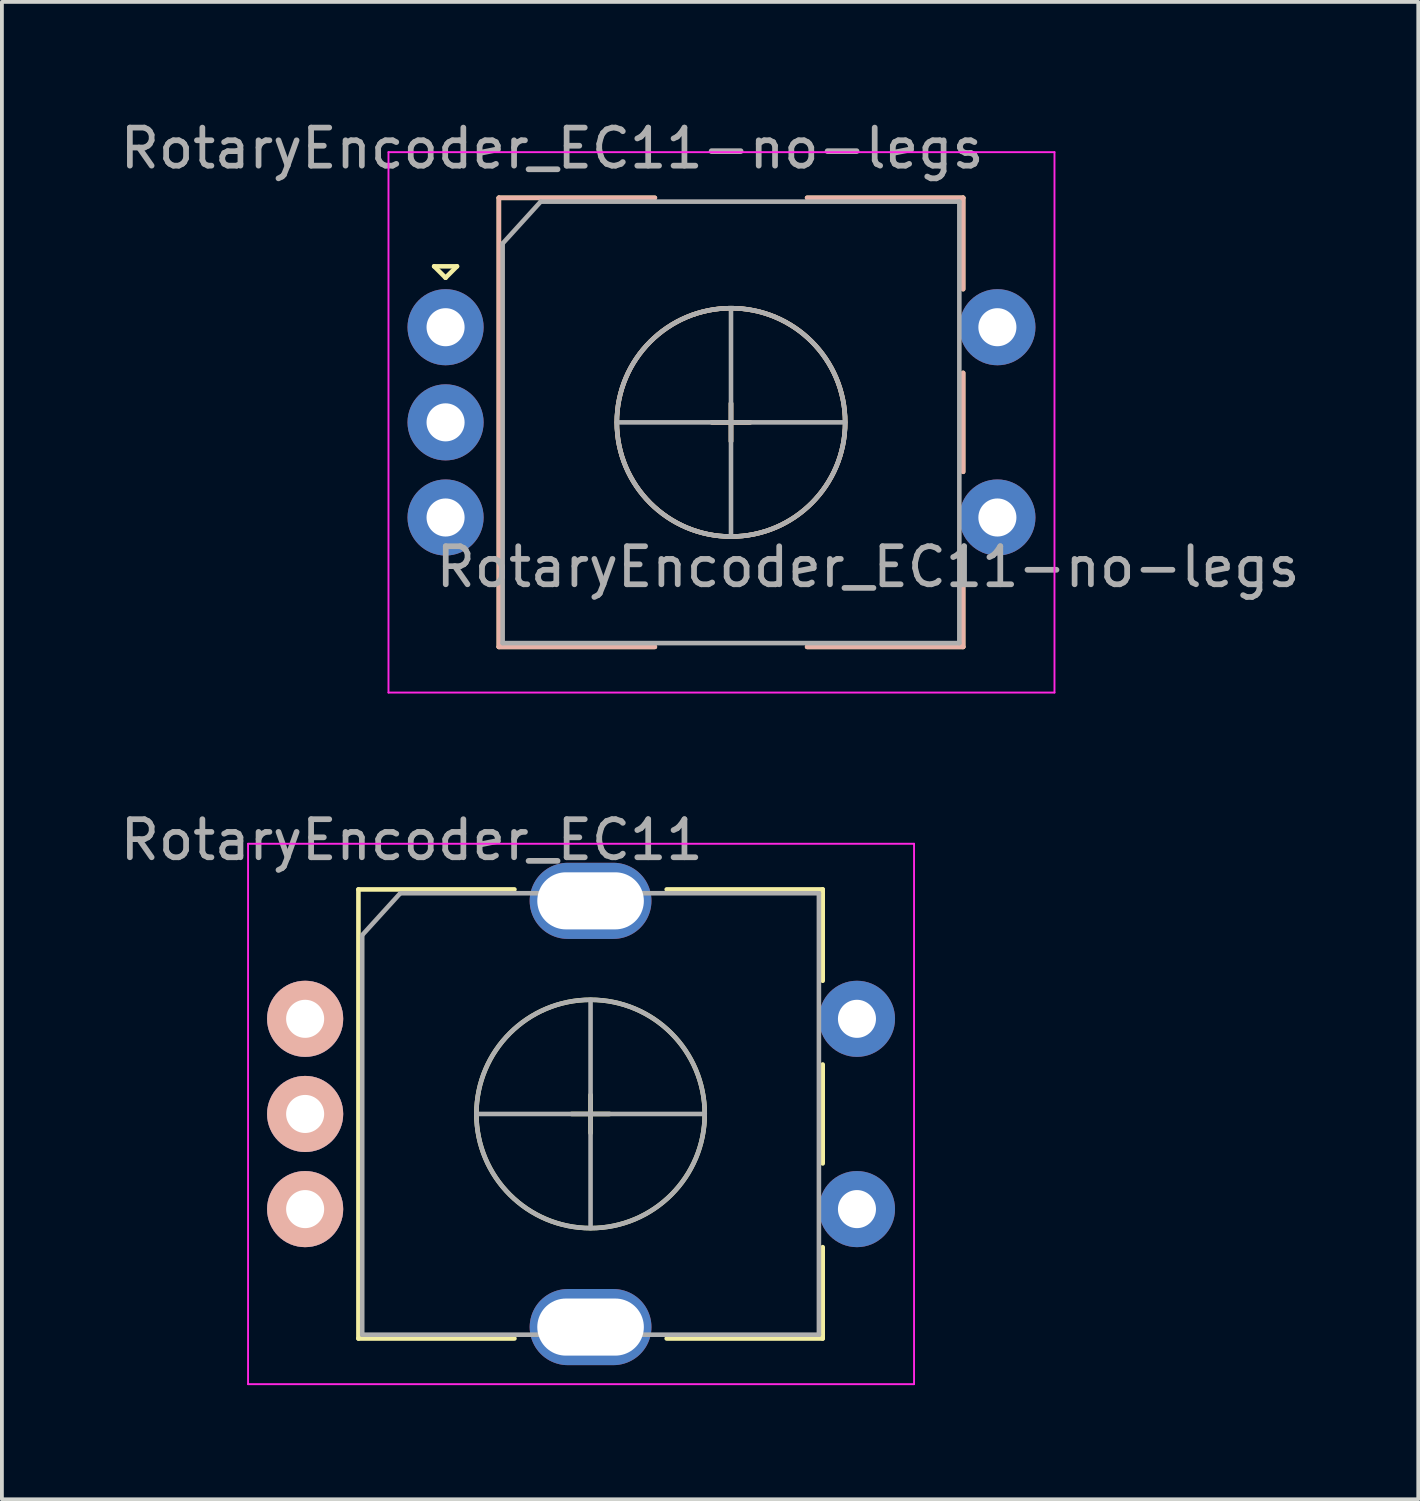
<source format=kicad_pcb>
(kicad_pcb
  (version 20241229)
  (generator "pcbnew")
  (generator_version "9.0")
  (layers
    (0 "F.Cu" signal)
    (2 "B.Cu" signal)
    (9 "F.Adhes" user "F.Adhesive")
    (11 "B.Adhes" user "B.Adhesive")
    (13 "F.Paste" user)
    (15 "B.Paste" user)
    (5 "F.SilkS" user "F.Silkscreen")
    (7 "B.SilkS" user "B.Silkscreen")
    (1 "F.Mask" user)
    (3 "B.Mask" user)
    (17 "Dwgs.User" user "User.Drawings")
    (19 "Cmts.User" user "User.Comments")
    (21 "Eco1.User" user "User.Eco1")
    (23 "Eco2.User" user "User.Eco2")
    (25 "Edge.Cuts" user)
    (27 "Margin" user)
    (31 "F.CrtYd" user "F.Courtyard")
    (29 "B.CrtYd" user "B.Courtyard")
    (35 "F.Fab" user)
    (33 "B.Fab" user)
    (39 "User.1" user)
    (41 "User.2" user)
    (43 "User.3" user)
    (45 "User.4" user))
  (footprint "RotaryEncoder_EC11"
    (layer "F.Cu")
    (at 12.468 26.221)
    (property "Reference" "RotaryEncoder_EC11" (at -4.7 -7.2 0) (layer "F.Fab") (effects (font (size 1 1) (thickness 0.15))))
    (attr through_hole)
    (fp_line (start -6.1 -5.9) (end -6.1 5.9) (stroke (width 0.12) (type solid)) (layer "F.SilkS"))
    (fp_line (start -2 -5.9) (end -6.1 -5.9) (stroke (width 0.12) (type solid)) (layer "F.SilkS"))
    (fp_line (start -2 5.9) (end -6.1 5.9) (stroke (width 0.12) (type solid)) (layer "F.SilkS"))
    (fp_line (start -0.5 0) (end 0.5 0) (stroke (width 0.12) (type solid)) (layer "F.SilkS"))
    (fp_line (start 0 -0.5) (end 0 0.5) (stroke (width 0.12) (type solid)) (layer "F.SilkS"))
    (fp_line (start 2 -5.9) (end 6.1 -5.9) (stroke (width 0.12) (type solid)) (layer "F.SilkS"))
    (fp_line (start 6.1 -5.9) (end 6.1 -3.5) (stroke (width 0.12) (type solid)) (layer "F.SilkS"))
    (fp_line (start 6.1 -1.3) (end 6.1 1.3) (stroke (width 0.12) (type solid)) (layer "F.SilkS"))
    (fp_line (start 6.1 3.5) (end 6.1 5.9) (stroke (width 0.12) (type solid)) (layer "F.SilkS"))
    (fp_line (start 6.1 5.9) (end 2 5.9) (stroke (width 0.12) (type solid)) (layer "F.SilkS"))
    (fp_circle (center 0 0) (end 3 0) (stroke (width 0.12) (type solid)) (fill no) (layer "F.SilkS"))
    (fp_line (start -9 -7.1) (end -9 7.1) (stroke (width 0.05) (type solid)) (layer "F.CrtYd"))
    (fp_line (start -9 -7.1) (end 8.5 -7.1) (stroke (width 0.05) (type solid)) (layer "F.CrtYd"))
    (fp_line (start 8.5 7.1) (end -9 7.1) (stroke (width 0.05) (type solid)) (layer "F.CrtYd"))
    (fp_line (start 8.5 7.1) (end 8.5 -7.1) (stroke (width 0.05) (type solid)) (layer "F.CrtYd"))
    (fp_line (start -6 -4.7) (end -5 -5.8) (stroke (width 0.12) (type solid)) (layer "F.Fab"))
    (fp_line (start -6 5.8) (end -6 -4.7) (stroke (width 0.12) (type solid)) (layer "F.Fab"))
    (fp_line (start -5 -5.8) (end 6 -5.8) (stroke (width 0.12) (type solid)) (layer "F.Fab"))
    (fp_line (start -3 0) (end 3 0) (stroke (width 0.12) (type solid)) (layer "F.Fab"))
    (fp_line (start 0 -3) (end 0 3) (stroke (width 0.12) (type solid)) (layer "F.Fab"))
    (fp_line (start 6 -5.8) (end 6 5.8) (stroke (width 0.12) (type solid)) (layer "F.Fab"))
    (fp_line (start 6 5.8) (end -6 5.8) (stroke (width 0.12) (type solid)) (layer "F.Fab"))
    (fp_circle (center 0 0) (end 3 0) (stroke (width 0.12) (type solid)) (fill no) (layer "F.Fab"))
    (pad "" np_thru_hole oval (at 0 -5.6) (size 3.2 2) (drill oval 2.8 1.5) (layers "*.Cu" "B.Mask"))
    (pad "" np_thru_hole oval (at 0 5.6) (size 3.2 2) (drill oval 2.8 1.5) (layers "*.Cu" "B.Mask"))
    (pad "A" thru_hole circle (at -7.5 -2.5) (size 2 2) (drill 1) (layers "*.Cu" "B.Mask" "B.SilkS"))
    (pad "B" thru_hole circle (at -7.5 2.5) (size 2 2) (drill 1) (layers "*.Cu" "B.Mask" "B.SilkS"))
    (pad "C" thru_hole circle (at -7.5 0) (size 2 2) (drill 1) (layers "*.Cu" "B.Mask" "B.SilkS"))
    (pad "S1" thru_hole circle (at 7 2.5) (size 2 2) (drill 1) (layers "*.Cu" "B.Mask"))
    (pad "S2" thru_hole circle (at 7 -2.5) (size 2 2) (drill 1) (layers "*.Cu" "B.Mask")))
  (footprint "RotaryEncoder_EC11-no-legs"
    (layer "F.Cu")
    (at 16.158 8.048)
    (property "Reference" "RotaryEncoder_EC11-no-legs" (at -4.7 -7.2 0) (layer "F.Fab") (effects (font (size 1 1) (thickness 0.15))))
    (attr through_hole)
    (fp_line (start -7.8 -4.1) (end -7.2 -4.1) (stroke (width 0.12) (type solid)) (layer "F.SilkS"))
    (fp_line (start -7.5 -3.8) (end -7.8 -4.1) (stroke (width 0.12) (type solid)) (layer "F.SilkS"))
    (fp_line (start -7.2 -4.1) (end -7.5 -3.8) (stroke (width 0.12) (type solid)) (layer "F.SilkS"))
    (fp_line (start -6.1 -5.9) (end -6.1 5.9) (stroke (width 0.12) (type solid)) (layer "F.SilkS"))
    (fp_line (start -2 -5.9) (end -6.1 -5.9) (stroke (width 0.12) (type solid)) (layer "F.SilkS"))
    (fp_line (start -2 5.9) (end -6.1 5.9) (stroke (width 0.12) (type solid)) (layer "F.SilkS"))
    (fp_line (start -0.5 0) (end 0.5 0) (stroke (width 0.12) (type solid)) (layer "F.SilkS"))
    (fp_line (start 0 -0.5) (end 0 0.5) (stroke (width 0.12) (type solid)) (layer "F.SilkS"))
    (fp_line (start 2 -5.9) (end 6.1 -5.9) (stroke (width 0.12) (type solid)) (layer "F.SilkS"))
    (fp_line (start 6.1 -5.9) (end 6.1 -3.5) (stroke (width 0.12) (type solid)) (layer "F.SilkS"))
    (fp_line (start 6.1 -1.3) (end 6.1 1.3) (stroke (width 0.12) (type solid)) (layer "F.SilkS"))
    (fp_line (start 6.1 3.5) (end 6.1 5.9) (stroke (width 0.12) (type solid)) (layer "F.SilkS"))
    (fp_line (start 6.1 5.9) (end 2 5.9) (stroke (width 0.12) (type solid)) (layer "F.SilkS"))
    (fp_circle (center 0 0) (end 3 0) (stroke (width 0.12) (type solid)) (fill no) (layer "F.SilkS"))
    (fp_line (start -6.1 -5.9) (end -6.1 5.9) (stroke (width 0.12) (type solid)) (layer "B.SilkS"))
    (fp_line (start -6.1 5.9) (end -2 5.9) (stroke (width 0.12) (type solid)) (layer "B.SilkS"))
    (fp_line (start -2 -5.9) (end -6.1 -5.9) (stroke (width 0.12) (type solid)) (layer "B.SilkS"))
    (fp_line (start -0.5 0) (end 0.5 0) (stroke (width 0.12) (type solid)) (layer "B.SilkS"))
    (fp_line (start 0 -0.5) (end 0 0.5) (stroke (width 0.12) (type solid)) (layer "B.SilkS"))
    (fp_line (start 2 5.9) (end 6.1 5.9) (stroke (width 0.12) (type solid)) (layer "B.SilkS"))
    (fp_line (start 6.1 -5.9) (end 2 -5.9) (stroke (width 0.12) (type solid)) (layer "B.SilkS"))
    (fp_line (start 6.1 -3.5) (end 6.1 -5.9) (stroke (width 0.12) (type solid)) (layer "B.SilkS"))
    (fp_line (start 6.1 1.3) (end 6.1 -1.3) (stroke (width 0.12) (type solid)) (layer "B.SilkS"))
    (fp_line (start 6.1 5.9) (end 6.1 3.5) (stroke (width 0.12) (type solid)) (layer "B.SilkS"))
    (fp_circle (center 0 0) (end 0 -3) (stroke (width 0.12) (type solid)) (fill no) (layer "B.SilkS"))
    (fp_line (start -9 -7.1) (end -9 7.1) (stroke (width 0.05) (type solid)) (layer "F.CrtYd"))
    (fp_line (start -9 -7.1) (end 8.5 -7.1) (stroke (width 0.05) (type solid)) (layer "F.CrtYd"))
    (fp_line (start 8.5 7.1) (end -9 7.1) (stroke (width 0.05) (type solid)) (layer "F.CrtYd"))
    (fp_line (start 8.5 7.1) (end 8.5 -7.1) (stroke (width 0.05) (type solid)) (layer "F.CrtYd"))
    (fp_line (start -6 -4.7) (end -5 -5.8) (stroke (width 0.12) (type solid)) (layer "F.Fab"))
    (fp_line (start -6 5.8) (end -6 -4.7) (stroke (width 0.12) (type solid)) (layer "F.Fab"))
    (fp_line (start -5 -5.8) (end 6 -5.8) (stroke (width 0.12) (type solid)) (layer "F.Fab"))
    (fp_line (start -3 0) (end 3 0) (stroke (width 0.12) (type solid)) (layer "F.Fab"))
    (fp_line (start 0 -3) (end 0 3) (stroke (width 0.12) (type solid)) (layer "F.Fab"))
    (fp_line (start 6 -5.8) (end 6 5.8) (stroke (width 0.12) (type solid)) (layer "F.Fab"))
    (fp_line (start 6 5.8) (end -6 5.8) (stroke (width 0.12) (type solid)) (layer "F.Fab"))
    (fp_circle (center 0 0) (end 3 0) (stroke (width 0.12) (type solid)) (fill no) (layer "F.Fab"))
    (fp_text user "${REFERENCE}" (at 3.6 3.8 0) (layer "F.Fab") (effects (font (size 1 1) (thickness 0.15))))
    (pad "A" thru_hole circle (at -7.5 -2.5) (size 2 2) (drill 1) (layers "*.Cu" "*.Mask"))
    (pad "B" thru_hole circle (at -7.5 2.5) (size 2 2) (drill 1) (layers "*.Cu" "*.Mask"))
    (pad "C" thru_hole circle (at -7.5 0) (size 2 2) (drill 1) (layers "*.Cu" "*.Mask"))
    (pad "S1" thru_hole circle (at 7 2.5) (size 2 2) (drill 1) (layers "*.Cu" "*.Mask"))
    (pad "S2" thru_hole circle (at 7 -2.5) (size 2 2) (drill 1) (layers "*.Cu" "*.Mask")))
  (gr_rect
    (start -3 -3)
    (end 34.217 36.346)
    (stroke (width 0.1) (type default))
    (fill no)
    (layer "Edge.Cuts")))
</source>
